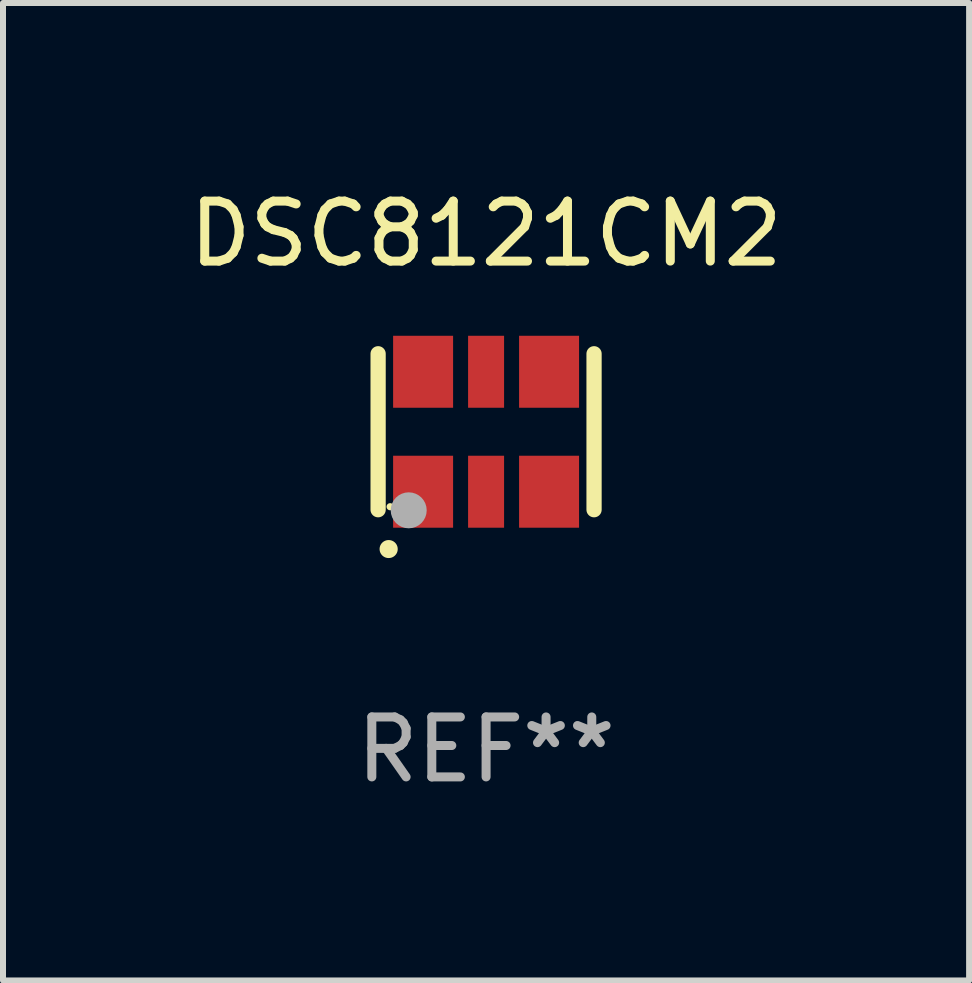
<source format=kicad_pcb>
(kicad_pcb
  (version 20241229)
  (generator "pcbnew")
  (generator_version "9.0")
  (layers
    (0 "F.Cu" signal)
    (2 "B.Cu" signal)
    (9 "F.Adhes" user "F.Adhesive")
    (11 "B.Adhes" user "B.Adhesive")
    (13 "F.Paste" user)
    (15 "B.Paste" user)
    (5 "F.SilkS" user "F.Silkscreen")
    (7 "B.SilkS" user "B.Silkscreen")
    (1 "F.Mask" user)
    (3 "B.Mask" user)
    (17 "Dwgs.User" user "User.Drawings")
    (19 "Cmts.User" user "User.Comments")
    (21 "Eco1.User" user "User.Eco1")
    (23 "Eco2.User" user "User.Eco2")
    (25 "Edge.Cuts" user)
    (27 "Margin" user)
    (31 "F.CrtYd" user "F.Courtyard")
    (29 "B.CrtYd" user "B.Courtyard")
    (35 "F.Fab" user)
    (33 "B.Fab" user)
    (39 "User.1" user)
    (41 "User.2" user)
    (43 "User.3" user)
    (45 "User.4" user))
  (footprint "DSC8121CM2"
    (layer "F.Cu")
    (at 5.054 4.148)
    (property "Reference" "DSC8121CM2" (at 0 -3.3 0) (layer "F.SilkS") (effects (font (size 1 1) (thickness 0.15))))
    (attr through_hole)
    (fp_line (start -1.8 -1.3) (end -1.8 1.3) (stroke (width 0.254) (type solid)) (layer "F.SilkS"))
    (fp_line (start 1.8 -1.3) (end 1.8 1.3) (stroke (width 0.254) (type solid)) (layer "F.SilkS"))
    (fp_arc (start -1.625603 1.955804) (mid -1.624333 1.955799) (end -1.623063 1.955804) (stroke (width 0.3) (type solid)) (layer "F.SilkS"))
    (fp_circle (center -1.6 1.25) (end -1.57 1.25) (stroke (width 0.06) (type solid)) (fill no) (layer "F.SilkS"))
    (fp_circle (center -1.29 1.31) (end -1.14 1.31) (stroke (width 0.3) (type solid)) (fill no) (layer "F.Fab"))
    (fp_text user "REF**" (at 0 5.3 0) (layer "F.Fab") (effects (font (size 1 1) (thickness 0.15))))
    (pad "1" smd rect (at -1.05 1) (size 1 1.2) (layers "F.Cu" "F.Mask" "F.Paste"))
    (pad "2" smd rect (at 0 1) (size 0.6 1.2) (layers "F.Cu" "F.Mask" "F.Paste"))
    (pad "3" smd rect (at 1.05 1) (size 1 1.2) (layers "F.Cu" "F.Mask" "F.Paste"))
    (pad "4" smd rect (at 1.05 -1) (size 1 1.2) (layers "F.Cu" "F.Mask" "F.Paste"))
    (pad "5" smd rect (at 0 -1) (size 0.6 1.2) (layers "F.Cu" "F.Mask" "F.Paste"))
    (pad "6" smd rect (at -1.05 -1) (size 1 1.2) (layers "F.Cu" "F.Mask" "F.Paste")))
  (gr_rect
    (start -3 -3)
    (end 13.107 13.296)
    (stroke (width 0.1) (type default))
    (fill no)
    (layer "Edge.Cuts")))
</source>
